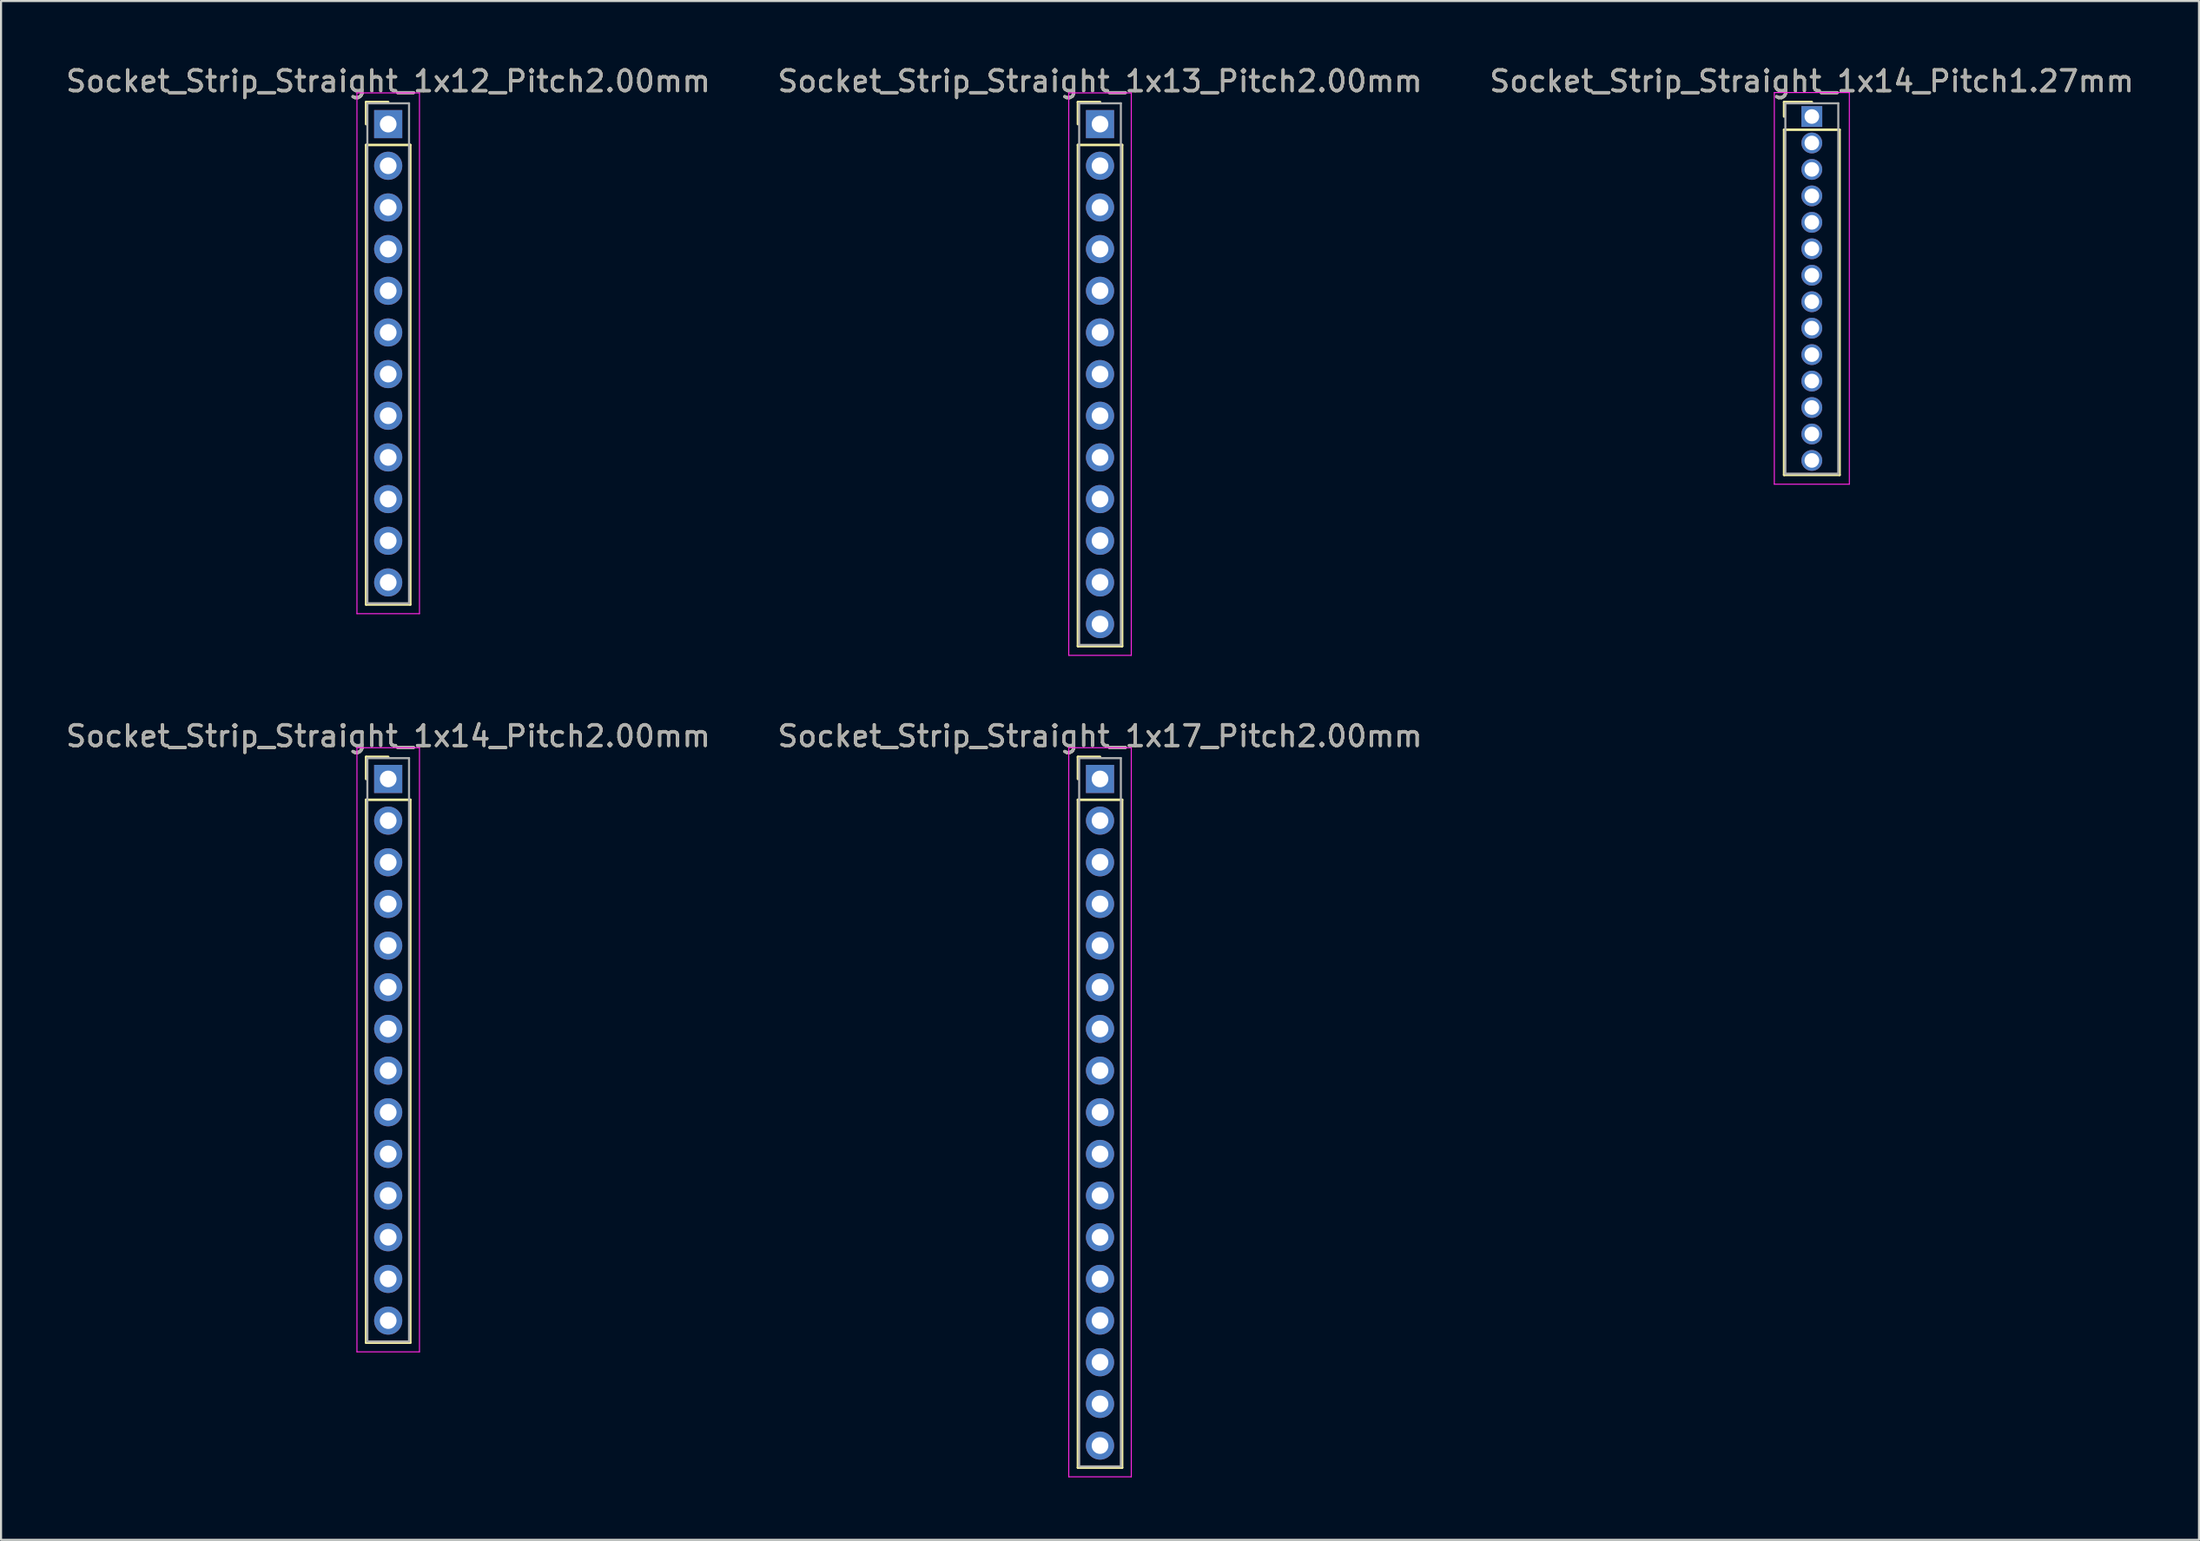
<source format=kicad_pcb>
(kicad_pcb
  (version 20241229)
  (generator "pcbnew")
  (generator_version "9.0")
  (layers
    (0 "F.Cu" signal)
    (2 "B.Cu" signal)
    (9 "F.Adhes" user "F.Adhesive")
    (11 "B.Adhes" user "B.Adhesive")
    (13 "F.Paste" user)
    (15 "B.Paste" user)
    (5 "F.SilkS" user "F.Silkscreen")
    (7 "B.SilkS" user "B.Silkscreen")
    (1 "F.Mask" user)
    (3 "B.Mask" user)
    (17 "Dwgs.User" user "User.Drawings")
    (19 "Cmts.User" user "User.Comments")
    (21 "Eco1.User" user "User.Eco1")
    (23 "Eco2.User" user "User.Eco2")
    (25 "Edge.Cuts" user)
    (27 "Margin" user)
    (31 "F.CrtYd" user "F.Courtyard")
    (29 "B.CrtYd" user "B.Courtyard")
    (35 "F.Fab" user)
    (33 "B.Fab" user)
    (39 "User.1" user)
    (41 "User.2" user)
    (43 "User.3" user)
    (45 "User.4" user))
  (footprint "Socket_Strip_Straight_1x13_Pitch2.00mm"
    (layer "F.Cu")
    (at 49.732 2.908)
    (property "Reference" "Socket_Strip_Straight_1x13_Pitch2.00mm" (at 0 -2.06 0) (layer "F.SilkS") (effects (font (size 1 1) (thickness 0.15))))
    (attr through_hole)
    (fp_line (start -1.06 -1.06) (end 0 -1.06) (stroke (width 0.12) (type solid)) (layer "F.SilkS"))
    (fp_line (start -1.06 0) (end -1.06 -1.06) (stroke (width 0.12) (type solid)) (layer "F.SilkS"))
    (fp_line (start -1.06 1) (end -1.06 25.06) (stroke (width 0.12) (type solid)) (layer "F.SilkS"))
    (fp_line (start -1.06 25.06) (end 1.06 25.06) (stroke (width 0.12) (type solid)) (layer "F.SilkS"))
    (fp_line (start 1.06 1) (end -1.06 1) (stroke (width 0.12) (type solid)) (layer "F.SilkS"))
    (fp_line (start 1.06 25.06) (end 1.06 1) (stroke (width 0.12) (type solid)) (layer "F.SilkS"))
    (fp_line (start -1.5 -1.5) (end -1.5 25.5) (stroke (width 0.05) (type solid)) (layer "F.CrtYd"))
    (fp_line (start -1.5 25.5) (end 1.5 25.5) (stroke (width 0.05) (type solid)) (layer "F.CrtYd"))
    (fp_line (start 1.5 -1.5) (end -1.5 -1.5) (stroke (width 0.05) (type solid)) (layer "F.CrtYd"))
    (fp_line (start 1.5 25.5) (end 1.5 -1.5) (stroke (width 0.05) (type solid)) (layer "F.CrtYd"))
    (fp_line (start -1 -1) (end -1 25) (stroke (width 0.1) (type solid)) (layer "F.Fab"))
    (fp_line (start -1 25) (end 1 25) (stroke (width 0.1) (type solid)) (layer "F.Fab"))
    (fp_line (start 1 -1) (end -1 -1) (stroke (width 0.1) (type solid)) (layer "F.Fab"))
    (fp_line (start 1 25) (end 1 -1) (stroke (width 0.1) (type solid)) (layer "F.Fab"))
    (fp_text user "${REFERENCE}" (at 0 -2.06 0) (layer "F.Fab") (effects (font (size 1 1) (thickness 0.15))))
    (pad "1" thru_hole rect (at 0 0) (size 1.35 1.35) (drill 0.8) (layers "*.Cu" "*.Mask"))
    (pad "2" thru_hole oval (at 0 2) (size 1.35 1.35) (drill 0.8) (layers "*.Cu" "*.Mask"))
    (pad "3" thru_hole oval (at 0 4) (size 1.35 1.35) (drill 0.8) (layers "*.Cu" "*.Mask"))
    (pad "4" thru_hole oval (at 0 6) (size 1.35 1.35) (drill 0.8) (layers "*.Cu" "*.Mask"))
    (pad "5" thru_hole oval (at 0 8) (size 1.35 1.35) (drill 0.8) (layers "*.Cu" "*.Mask"))
    (pad "6" thru_hole oval (at 0 10) (size 1.35 1.35) (drill 0.8) (layers "*.Cu" "*.Mask"))
    (pad "7" thru_hole oval (at 0 12) (size 1.35 1.35) (drill 0.8) (layers "*.Cu" "*.Mask"))
    (pad "8" thru_hole oval (at 0 14) (size 1.35 1.35) (drill 0.8) (layers "*.Cu" "*.Mask"))
    (pad "9" thru_hole oval (at 0 16) (size 1.35 1.35) (drill 0.8) (layers "*.Cu" "*.Mask"))
    (pad "10" thru_hole oval (at 0 18) (size 1.35 1.35) (drill 0.8) (layers "*.Cu" "*.Mask"))
    (pad "11" thru_hole oval (at 0 20) (size 1.35 1.35) (drill 0.8) (layers "*.Cu" "*.Mask"))
    (pad "12" thru_hole oval (at 0 22) (size 1.35 1.35) (drill 0.8) (layers "*.Cu" "*.Mask"))
    (pad "13" thru_hole oval (at 0 24) (size 1.35 1.35) (drill 0.8) (layers "*.Cu" "*.Mask")))
  (footprint "Socket_Strip_Straight_1x12_Pitch2.00mm"
    (layer "F.Cu")
    (at 15.577 2.908)
    (property "Reference" "Socket_Strip_Straight_1x12_Pitch2.00mm" (at 0 -2.06 0) (layer "F.SilkS") (effects (font (size 1 1) (thickness 0.15))))
    (attr through_hole)
    (fp_line (start -1.06 -1.06) (end 0 -1.06) (stroke (width 0.12) (type solid)) (layer "F.SilkS"))
    (fp_line (start -1.06 0) (end -1.06 -1.06) (stroke (width 0.12) (type solid)) (layer "F.SilkS"))
    (fp_line (start -1.06 1) (end -1.06 23.06) (stroke (width 0.12) (type solid)) (layer "F.SilkS"))
    (fp_line (start -1.06 23.06) (end 1.06 23.06) (stroke (width 0.12) (type solid)) (layer "F.SilkS"))
    (fp_line (start 1.06 1) (end -1.06 1) (stroke (width 0.12) (type solid)) (layer "F.SilkS"))
    (fp_line (start 1.06 23.06) (end 1.06 1) (stroke (width 0.12) (type solid)) (layer "F.SilkS"))
    (fp_line (start -1.5 -1.5) (end -1.5 23.5) (stroke (width 0.05) (type solid)) (layer "F.CrtYd"))
    (fp_line (start -1.5 23.5) (end 1.5 23.5) (stroke (width 0.05) (type solid)) (layer "F.CrtYd"))
    (fp_line (start 1.5 -1.5) (end -1.5 -1.5) (stroke (width 0.05) (type solid)) (layer "F.CrtYd"))
    (fp_line (start 1.5 23.5) (end 1.5 -1.5) (stroke (width 0.05) (type solid)) (layer "F.CrtYd"))
    (fp_line (start -1 -1) (end -1 23) (stroke (width 0.1) (type solid)) (layer "F.Fab"))
    (fp_line (start -1 23) (end 1 23) (stroke (width 0.1) (type solid)) (layer "F.Fab"))
    (fp_line (start 1 -1) (end -1 -1) (stroke (width 0.1) (type solid)) (layer "F.Fab"))
    (fp_line (start 1 23) (end 1 -1) (stroke (width 0.1) (type solid)) (layer "F.Fab"))
    (fp_text user "${REFERENCE}" (at 0 -2.06 0) (layer "F.Fab") (effects (font (size 1 1) (thickness 0.15))))
    (pad "1" thru_hole rect (at 0 0) (size 1.35 1.35) (drill 0.8) (layers "*.Cu" "*.Mask"))
    (pad "2" thru_hole oval (at 0 2) (size 1.35 1.35) (drill 0.8) (layers "*.Cu" "*.Mask"))
    (pad "3" thru_hole oval (at 0 4) (size 1.35 1.35) (drill 0.8) (layers "*.Cu" "*.Mask"))
    (pad "4" thru_hole oval (at 0 6) (size 1.35 1.35) (drill 0.8) (layers "*.Cu" "*.Mask"))
    (pad "5" thru_hole oval (at 0 8) (size 1.35 1.35) (drill 0.8) (layers "*.Cu" "*.Mask"))
    (pad "6" thru_hole oval (at 0 10) (size 1.35 1.35) (drill 0.8) (layers "*.Cu" "*.Mask"))
    (pad "7" thru_hole oval (at 0 12) (size 1.35 1.35) (drill 0.8) (layers "*.Cu" "*.Mask"))
    (pad "8" thru_hole oval (at 0 14) (size 1.35 1.35) (drill 0.8) (layers "*.Cu" "*.Mask"))
    (pad "9" thru_hole oval (at 0 16) (size 1.35 1.35) (drill 0.8) (layers "*.Cu" "*.Mask"))
    (pad "10" thru_hole oval (at 0 18) (size 1.35 1.35) (drill 0.8) (layers "*.Cu" "*.Mask"))
    (pad "11" thru_hole oval (at 0 20) (size 1.35 1.35) (drill 0.8) (layers "*.Cu" "*.Mask"))
    (pad "12" thru_hole oval (at 0 22) (size 1.35 1.35) (drill 0.8) (layers "*.Cu" "*.Mask")))
  (footprint "Socket_Strip_Straight_1x14_Pitch1.27mm"
    (layer "F.Cu")
    (at 83.887 2.543)
    (property "Reference" "Socket_Strip_Straight_1x14_Pitch1.27mm" (at 0 -1.695 0) (layer "F.SilkS") (effects (font (size 1 1) (thickness 0.15))))
    (attr through_hole)
    (fp_line (start -1.33 -0.695) (end 0 -0.695) (stroke (width 0.12) (type solid)) (layer "F.SilkS"))
    (fp_line (start -1.33 0) (end -1.33 -0.695) (stroke (width 0.12) (type solid)) (layer "F.SilkS"))
    (fp_line (start -1.33 0.635) (end -1.33 17.205) (stroke (width 0.12) (type solid)) (layer "F.SilkS"))
    (fp_line (start -1.33 17.205) (end 1.33 17.205) (stroke (width 0.12) (type solid)) (layer "F.SilkS"))
    (fp_line (start 1.33 0.635) (end -1.33 0.635) (stroke (width 0.12) (type solid)) (layer "F.SilkS"))
    (fp_line (start 1.33 17.205) (end 1.33 0.635) (stroke (width 0.12) (type solid)) (layer "F.SilkS"))
    (fp_line (start -1.8 -1.15) (end -1.8 17.65) (stroke (width 0.05) (type solid)) (layer "F.CrtYd"))
    (fp_line (start -1.8 17.65) (end 1.8 17.65) (stroke (width 0.05) (type solid)) (layer "F.CrtYd"))
    (fp_line (start 1.8 -1.15) (end -1.8 -1.15) (stroke (width 0.05) (type solid)) (layer "F.CrtYd"))
    (fp_line (start 1.8 17.65) (end 1.8 -1.15) (stroke (width 0.05) (type solid)) (layer "F.CrtYd"))
    (fp_line (start -1.27 -0.635) (end -1.27 17.145) (stroke (width 0.1) (type solid)) (layer "F.Fab"))
    (fp_line (start -1.27 17.145) (end 1.27 17.145) (stroke (width 0.1) (type solid)) (layer "F.Fab"))
    (fp_line (start 1.27 -0.635) (end -1.27 -0.635) (stroke (width 0.1) (type solid)) (layer "F.Fab"))
    (fp_line (start 1.27 17.145) (end 1.27 -0.635) (stroke (width 0.1) (type solid)) (layer "F.Fab"))
    (fp_text user "${REFERENCE}" (at 0 -1.695 0) (layer "F.Fab") (effects (font (size 1 1) (thickness 0.15))))
    (pad "1" thru_hole rect (at 0 0) (size 1 1) (drill 0.7) (layers "*.Cu" "*.Mask"))
    (pad "2" thru_hole oval (at 0 1.27) (size 1 1) (drill 0.7) (layers "*.Cu" "*.Mask"))
    (pad "3" thru_hole oval (at 0 2.54) (size 1 1) (drill 0.7) (layers "*.Cu" "*.Mask"))
    (pad "4" thru_hole oval (at 0 3.81) (size 1 1) (drill 0.7) (layers "*.Cu" "*.Mask"))
    (pad "5" thru_hole oval (at 0 5.08) (size 1 1) (drill 0.7) (layers "*.Cu" "*.Mask"))
    (pad "6" thru_hole oval (at 0 6.35) (size 1 1) (drill 0.7) (layers "*.Cu" "*.Mask"))
    (pad "7" thru_hole oval (at 0 7.62) (size 1 1) (drill 0.7) (layers "*.Cu" "*.Mask"))
    (pad "8" thru_hole oval (at 0 8.89) (size 1 1) (drill 0.7) (layers "*.Cu" "*.Mask"))
    (pad "9" thru_hole oval (at 0 10.16) (size 1 1) (drill 0.7) (layers "*.Cu" "*.Mask"))
    (pad "10" thru_hole oval (at 0 11.43) (size 1 1) (drill 0.7) (layers "*.Cu" "*.Mask"))
    (pad "11" thru_hole oval (at 0 12.7) (size 1 1) (drill 0.7) (layers "*.Cu" "*.Mask"))
    (pad "12" thru_hole oval (at 0 13.97) (size 1 1) (drill 0.7) (layers "*.Cu" "*.Mask"))
    (pad "13" thru_hole oval (at 0 15.24) (size 1 1) (drill 0.7) (layers "*.Cu" "*.Mask"))
    (pad "14" thru_hole oval (at 0 16.51) (size 1 1) (drill 0.7) (layers "*.Cu" "*.Mask")))
  (footprint "Socket_Strip_Straight_1x14_Pitch2.00mm"
    (layer "F.Cu")
    (at 15.577 34.342)
    (property "Reference" "Socket_Strip_Straight_1x14_Pitch2.00mm" (at 0 -2.06 0) (layer "F.SilkS") (effects (font (size 1 1) (thickness 0.15))))
    (attr through_hole)
    (fp_line (start -1.06 -1.06) (end 0 -1.06) (stroke (width 0.12) (type solid)) (layer "F.SilkS"))
    (fp_line (start -1.06 0) (end -1.06 -1.06) (stroke (width 0.12) (type solid)) (layer "F.SilkS"))
    (fp_line (start -1.06 1) (end -1.06 27.06) (stroke (width 0.12) (type solid)) (layer "F.SilkS"))
    (fp_line (start -1.06 27.06) (end 1.06 27.06) (stroke (width 0.12) (type solid)) (layer "F.SilkS"))
    (fp_line (start 1.06 1) (end -1.06 1) (stroke (width 0.12) (type solid)) (layer "F.SilkS"))
    (fp_line (start 1.06 27.06) (end 1.06 1) (stroke (width 0.12) (type solid)) (layer "F.SilkS"))
    (fp_line (start -1.5 -1.5) (end -1.5 27.5) (stroke (width 0.05) (type solid)) (layer "F.CrtYd"))
    (fp_line (start -1.5 27.5) (end 1.5 27.5) (stroke (width 0.05) (type solid)) (layer "F.CrtYd"))
    (fp_line (start 1.5 -1.5) (end -1.5 -1.5) (stroke (width 0.05) (type solid)) (layer "F.CrtYd"))
    (fp_line (start 1.5 27.5) (end 1.5 -1.5) (stroke (width 0.05) (type solid)) (layer "F.CrtYd"))
    (fp_line (start -1 -1) (end -1 27) (stroke (width 0.1) (type solid)) (layer "F.Fab"))
    (fp_line (start -1 27) (end 1 27) (stroke (width 0.1) (type solid)) (layer "F.Fab"))
    (fp_line (start 1 -1) (end -1 -1) (stroke (width 0.1) (type solid)) (layer "F.Fab"))
    (fp_line (start 1 27) (end 1 -1) (stroke (width 0.1) (type solid)) (layer "F.Fab"))
    (fp_text user "${REFERENCE}" (at 0 -2.06 0) (layer "F.Fab") (effects (font (size 1 1) (thickness 0.15))))
    (pad "1" thru_hole rect (at 0 0) (size 1.35 1.35) (drill 0.8) (layers "*.Cu" "*.Mask"))
    (pad "2" thru_hole oval (at 0 2) (size 1.35 1.35) (drill 0.8) (layers "*.Cu" "*.Mask"))
    (pad "3" thru_hole oval (at 0 4) (size 1.35 1.35) (drill 0.8) (layers "*.Cu" "*.Mask"))
    (pad "4" thru_hole oval (at 0 6) (size 1.35 1.35) (drill 0.8) (layers "*.Cu" "*.Mask"))
    (pad "5" thru_hole oval (at 0 8) (size 1.35 1.35) (drill 0.8) (layers "*.Cu" "*.Mask"))
    (pad "6" thru_hole oval (at 0 10) (size 1.35 1.35) (drill 0.8) (layers "*.Cu" "*.Mask"))
    (pad "7" thru_hole oval (at 0 12) (size 1.35 1.35) (drill 0.8) (layers "*.Cu" "*.Mask"))
    (pad "8" thru_hole oval (at 0 14) (size 1.35 1.35) (drill 0.8) (layers "*.Cu" "*.Mask"))
    (pad "9" thru_hole oval (at 0 16) (size 1.35 1.35) (drill 0.8) (layers "*.Cu" "*.Mask"))
    (pad "10" thru_hole oval (at 0 18) (size 1.35 1.35) (drill 0.8) (layers "*.Cu" "*.Mask"))
    (pad "11" thru_hole oval (at 0 20) (size 1.35 1.35) (drill 0.8) (layers "*.Cu" "*.Mask"))
    (pad "12" thru_hole oval (at 0 22) (size 1.35 1.35) (drill 0.8) (layers "*.Cu" "*.Mask"))
    (pad "13" thru_hole oval (at 0 24) (size 1.35 1.35) (drill 0.8) (layers "*.Cu" "*.Mask"))
    (pad "14" thru_hole oval (at 0 26) (size 1.35 1.35) (drill 0.8) (layers "*.Cu" "*.Mask")))
  (footprint "Socket_Strip_Straight_1x17_Pitch2.00mm"
    (layer "F.Cu")
    (at 49.732 34.342)
    (property "Reference" "Socket_Strip_Straight_1x17_Pitch2.00mm" (at 0 -2.06 0) (layer "F.SilkS") (effects (font (size 1 1) (thickness 0.15))))
    (attr through_hole)
    (fp_line (start -1.06 -1.06) (end 0 -1.06) (stroke (width 0.12) (type solid)) (layer "F.SilkS"))
    (fp_line (start -1.06 0) (end -1.06 -1.06) (stroke (width 0.12) (type solid)) (layer "F.SilkS"))
    (fp_line (start -1.06 1) (end -1.06 33.06) (stroke (width 0.12) (type solid)) (layer "F.SilkS"))
    (fp_line (start -1.06 33.06) (end 1.06 33.06) (stroke (width 0.12) (type solid)) (layer "F.SilkS"))
    (fp_line (start 1.06 1) (end -1.06 1) (stroke (width 0.12) (type solid)) (layer "F.SilkS"))
    (fp_line (start 1.06 33.06) (end 1.06 1) (stroke (width 0.12) (type solid)) (layer "F.SilkS"))
    (fp_line (start -1.5 -1.5) (end -1.5 33.5) (stroke (width 0.05) (type solid)) (layer "F.CrtYd"))
    (fp_line (start -1.5 33.5) (end 1.5 33.5) (stroke (width 0.05) (type solid)) (layer "F.CrtYd"))
    (fp_line (start 1.5 -1.5) (end -1.5 -1.5) (stroke (width 0.05) (type solid)) (layer "F.CrtYd"))
    (fp_line (start 1.5 33.5) (end 1.5 -1.5) (stroke (width 0.05) (type solid)) (layer "F.CrtYd"))
    (fp_line (start -1 -1) (end -1 33) (stroke (width 0.1) (type solid)) (layer "F.Fab"))
    (fp_line (start -1 33) (end 1 33) (stroke (width 0.1) (type solid)) (layer "F.Fab"))
    (fp_line (start 1 -1) (end -1 -1) (stroke (width 0.1) (type solid)) (layer "F.Fab"))
    (fp_line (start 1 33) (end 1 -1) (stroke (width 0.1) (type solid)) (layer "F.Fab"))
    (fp_text user "${REFERENCE}" (at 0 -2.06 0) (layer "F.Fab") (effects (font (size 1 1) (thickness 0.15))))
    (pad "1" thru_hole rect (at 0 0) (size 1.35 1.35) (drill 0.8) (layers "*.Cu" "*.Mask"))
    (pad "2" thru_hole oval (at 0 2) (size 1.35 1.35) (drill 0.8) (layers "*.Cu" "*.Mask"))
    (pad "3" thru_hole oval (at 0 4) (size 1.35 1.35) (drill 0.8) (layers "*.Cu" "*.Mask"))
    (pad "4" thru_hole oval (at 0 6) (size 1.35 1.35) (drill 0.8) (layers "*.Cu" "*.Mask"))
    (pad "5" thru_hole oval (at 0 8) (size 1.35 1.35) (drill 0.8) (layers "*.Cu" "*.Mask"))
    (pad "6" thru_hole oval (at 0 10) (size 1.35 1.35) (drill 0.8) (layers "*.Cu" "*.Mask"))
    (pad "7" thru_hole oval (at 0 12) (size 1.35 1.35) (drill 0.8) (layers "*.Cu" "*.Mask"))
    (pad "8" thru_hole oval (at 0 14) (size 1.35 1.35) (drill 0.8) (layers "*.Cu" "*.Mask"))
    (pad "9" thru_hole oval (at 0 16) (size 1.35 1.35) (drill 0.8) (layers "*.Cu" "*.Mask"))
    (pad "10" thru_hole oval (at 0 18) (size 1.35 1.35) (drill 0.8) (layers "*.Cu" "*.Mask"))
    (pad "11" thru_hole oval (at 0 20) (size 1.35 1.35) (drill 0.8) (layers "*.Cu" "*.Mask"))
    (pad "12" thru_hole oval (at 0 22) (size 1.35 1.35) (drill 0.8) (layers "*.Cu" "*.Mask"))
    (pad "13" thru_hole oval (at 0 24) (size 1.35 1.35) (drill 0.8) (layers "*.Cu" "*.Mask"))
    (pad "14" thru_hole oval (at 0 26) (size 1.35 1.35) (drill 0.8) (layers "*.Cu" "*.Mask"))
    (pad "15" thru_hole oval (at 0 28) (size 1.35 1.35) (drill 0.8) (layers "*.Cu" "*.Mask"))
    (pad "16" thru_hole oval (at 0 30) (size 1.35 1.35) (drill 0.8) (layers "*.Cu" "*.Mask"))
    (pad "17" thru_hole oval (at 0 32) (size 1.35 1.35) (drill 0.8) (layers "*.Cu" "*.Mask")))
  (gr_rect
    (start -3 -3)
    (end 102.464 70.867)
    (stroke (width 0.1) (type default))
    (fill no)
    (layer "Edge.Cuts")))
</source>
